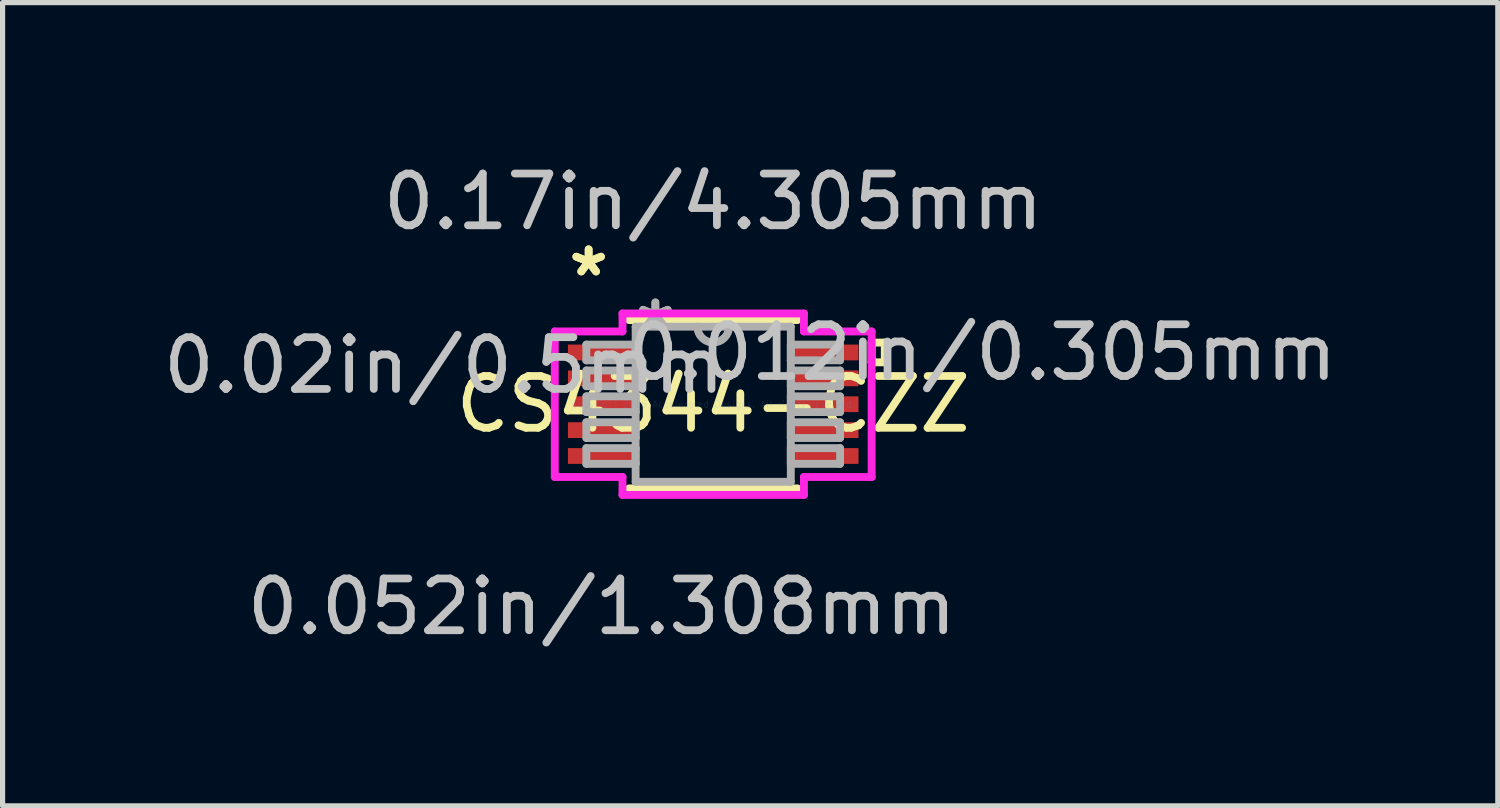
<source format=kicad_pcb>
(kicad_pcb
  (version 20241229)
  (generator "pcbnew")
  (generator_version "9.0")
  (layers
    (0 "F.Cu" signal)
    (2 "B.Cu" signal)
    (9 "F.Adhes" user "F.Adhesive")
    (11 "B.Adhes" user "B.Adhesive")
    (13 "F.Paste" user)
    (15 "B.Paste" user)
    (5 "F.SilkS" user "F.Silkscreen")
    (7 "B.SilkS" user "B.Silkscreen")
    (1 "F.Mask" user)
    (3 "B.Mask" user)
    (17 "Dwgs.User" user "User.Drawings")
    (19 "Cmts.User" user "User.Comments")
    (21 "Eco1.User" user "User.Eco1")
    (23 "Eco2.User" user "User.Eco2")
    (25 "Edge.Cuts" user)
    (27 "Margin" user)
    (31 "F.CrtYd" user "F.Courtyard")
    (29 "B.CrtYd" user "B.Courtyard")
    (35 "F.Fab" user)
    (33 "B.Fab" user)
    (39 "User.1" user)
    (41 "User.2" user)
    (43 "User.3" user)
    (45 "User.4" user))
  (footprint "CS4344-CZZ"
    (layer "F.Cu")
    (at 10.73 4.76)
    (property "Reference" "CS4344-CZZ" (at 0 0 0) (layer "F.SilkS") (effects (font (size 1 1) (thickness 0.15))))
    (attr through_hole)
    (fp_line (start -1.626 1.626) (end 1.626 1.626) (stroke (width 0.152) (type solid)) (layer "F.SilkS"))
    (fp_line (start 1.626 -1.626) (end -1.626 -1.626) (stroke (width 0.152) (type solid)) (layer "F.SilkS"))
    (fp_line (start 3.061 -1.191) (end 3.315 -1.191) (stroke (width 0.152) (type solid)) (layer "F.SilkS"))
    (fp_line (start 3.061 -0.81) (end 3.061 -1.191) (stroke (width 0.152) (type solid)) (layer "F.SilkS"))
    (fp_line (start 3.315 -1.191) (end 3.315 -0.81) (stroke (width 0.152) (type solid)) (layer "F.SilkS"))
    (fp_line (start 3.315 -0.81) (end 3.061 -0.81) (stroke (width 0.152) (type solid)) (layer "F.SilkS"))
    (fp_line (start -3.061 -1.406) (end -1.753 -1.406) (stroke (width 0.152) (type solid)) (layer "F.CrtYd"))
    (fp_line (start -3.061 1.406) (end -3.061 -1.406) (stroke (width 0.152) (type solid)) (layer "F.CrtYd"))
    (fp_line (start -1.753 -1.753) (end 1.753 -1.753) (stroke (width 0.152) (type solid)) (layer "F.CrtYd"))
    (fp_line (start -1.753 -1.406) (end -1.753 -1.753) (stroke (width 0.152) (type solid)) (layer "F.CrtYd"))
    (fp_line (start -1.753 1.406) (end -3.061 1.406) (stroke (width 0.152) (type solid)) (layer "F.CrtYd"))
    (fp_line (start -1.753 1.753) (end -1.753 1.406) (stroke (width 0.152) (type solid)) (layer "F.CrtYd"))
    (fp_line (start 1.753 -1.753) (end 1.753 -1.406) (stroke (width 0.152) (type solid)) (layer "F.CrtYd"))
    (fp_line (start 1.753 -1.406) (end 3.061 -1.406) (stroke (width 0.152) (type solid)) (layer "F.CrtYd"))
    (fp_line (start 1.753 1.406) (end 1.753 1.753) (stroke (width 0.152) (type solid)) (layer "F.CrtYd"))
    (fp_line (start 1.753 1.753) (end -1.753 1.753) (stroke (width 0.152) (type solid)) (layer "F.CrtYd"))
    (fp_line (start 3.061 -1.406) (end 3.061 1.406) (stroke (width 0.152) (type solid)) (layer "F.CrtYd"))
    (fp_line (start 3.061 1.406) (end 1.753 1.406) (stroke (width 0.152) (type solid)) (layer "F.CrtYd"))
    (fp_line (start -2.451 -1.152) (end -2.451 -0.848) (stroke (width 0.152) (type solid)) (layer "F.Fab"))
    (fp_line (start -2.451 -0.848) (end -1.499 -0.848) (stroke (width 0.152) (type solid)) (layer "F.Fab"))
    (fp_line (start -2.451 -0.652) (end -2.451 -0.348) (stroke (width 0.152) (type solid)) (layer "F.Fab"))
    (fp_line (start -2.451 -0.348) (end -1.499 -0.348) (stroke (width 0.152) (type solid)) (layer "F.Fab"))
    (fp_line (start -2.451 -0.152) (end -2.451 0.152) (stroke (width 0.152) (type solid)) (layer "F.Fab"))
    (fp_line (start -2.451 0.152) (end -1.499 0.152) (stroke (width 0.152) (type solid)) (layer "F.Fab"))
    (fp_line (start -2.451 0.348) (end -2.451 0.652) (stroke (width 0.152) (type solid)) (layer "F.Fab"))
    (fp_line (start -2.451 0.652) (end -1.499 0.652) (stroke (width 0.152) (type solid)) (layer "F.Fab"))
    (fp_line (start -2.451 0.848) (end -2.451 1.152) (stroke (width 0.152) (type solid)) (layer "F.Fab"))
    (fp_line (start -2.451 1.152) (end -1.499 1.152) (stroke (width 0.152) (type solid)) (layer "F.Fab"))
    (fp_line (start -1.499 -1.499) (end -1.499 1.499) (stroke (width 0.152) (type solid)) (layer "F.Fab"))
    (fp_line (start -1.499 -1.152) (end -2.451 -1.152) (stroke (width 0.152) (type solid)) (layer "F.Fab"))
    (fp_line (start -1.499 -0.848) (end -1.499 -1.152) (stroke (width 0.152) (type solid)) (layer "F.Fab"))
    (fp_line (start -1.499 -0.652) (end -2.451 -0.652) (stroke (width 0.152) (type solid)) (layer "F.Fab"))
    (fp_line (start -1.499 -0.348) (end -1.499 -0.652) (stroke (width 0.152) (type solid)) (layer "F.Fab"))
    (fp_line (start -1.499 -0.152) (end -2.451 -0.152) (stroke (width 0.152) (type solid)) (layer "F.Fab"))
    (fp_line (start -1.499 0.152) (end -1.499 -0.152) (stroke (width 0.152) (type solid)) (layer "F.Fab"))
    (fp_line (start -1.499 0.348) (end -2.451 0.348) (stroke (width 0.152) (type solid)) (layer "F.Fab"))
    (fp_line (start -1.499 0.652) (end -1.499 0.348) (stroke (width 0.152) (type solid)) (layer "F.Fab"))
    (fp_line (start -1.499 0.848) (end -2.451 0.848) (stroke (width 0.152) (type solid)) (layer "F.Fab"))
    (fp_line (start -1.499 1.152) (end -1.499 0.848) (stroke (width 0.152) (type solid)) (layer "F.Fab"))
    (fp_line (start -1.499 1.499) (end 1.499 1.499) (stroke (width 0.152) (type solid)) (layer "F.Fab"))
    (fp_line (start 1.499 -1.499) (end -1.499 -1.499) (stroke (width 0.152) (type solid)) (layer "F.Fab"))
    (fp_line (start 1.499 -1.152) (end 1.499 -0.848) (stroke (width 0.152) (type solid)) (layer "F.Fab"))
    (fp_line (start 1.499 -0.848) (end 2.451 -0.848) (stroke (width 0.152) (type solid)) (layer "F.Fab"))
    (fp_line (start 1.499 -0.652) (end 1.499 -0.348) (stroke (width 0.152) (type solid)) (layer "F.Fab"))
    (fp_line (start 1.499 -0.348) (end 2.451 -0.348) (stroke (width 0.152) (type solid)) (layer "F.Fab"))
    (fp_line (start 1.499 -0.152) (end 1.499 0.152) (stroke (width 0.152) (type solid)) (layer "F.Fab"))
    (fp_line (start 1.499 0.152) (end 2.451 0.152) (stroke (width 0.152) (type solid)) (layer "F.Fab"))
    (fp_line (start 1.499 0.348) (end 1.499 0.652) (stroke (width 0.152) (type solid)) (layer "F.Fab"))
    (fp_line (start 1.499 0.652) (end 2.451 0.652) (stroke (width 0.152) (type solid)) (layer "F.Fab"))
    (fp_line (start 1.499 0.848) (end 1.499 1.152) (stroke (width 0.152) (type solid)) (layer "F.Fab"))
    (fp_line (start 1.499 1.152) (end 2.451 1.152) (stroke (width 0.152) (type solid)) (layer "F.Fab"))
    (fp_line (start 1.499 1.499) (end 1.499 -1.499) (stroke (width 0.152) (type solid)) (layer "F.Fab"))
    (fp_line (start 2.451 -1.152) (end 1.499 -1.152) (stroke (width 0.152) (type solid)) (layer "F.Fab"))
    (fp_line (start 2.451 -0.848) (end 2.451 -1.152) (stroke (width 0.152) (type solid)) (layer "F.Fab"))
    (fp_line (start 2.451 -0.652) (end 1.499 -0.652) (stroke (width 0.152) (type solid)) (layer "F.Fab"))
    (fp_line (start 2.451 -0.348) (end 2.451 -0.652) (stroke (width 0.152) (type solid)) (layer "F.Fab"))
    (fp_line (start 2.451 -0.152) (end 1.499 -0.152) (stroke (width 0.152) (type solid)) (layer "F.Fab"))
    (fp_line (start 2.451 0.152) (end 2.451 -0.152) (stroke (width 0.152) (type solid)) (layer "F.Fab"))
    (fp_line (start 2.451 0.348) (end 1.499 0.348) (stroke (width 0.152) (type solid)) (layer "F.Fab"))
    (fp_line (start 2.451 0.652) (end 2.451 0.348) (stroke (width 0.152) (type solid)) (layer "F.Fab"))
    (fp_line (start 2.451 0.848) (end 1.499 0.848) (stroke (width 0.152) (type solid)) (layer "F.Fab"))
    (fp_line (start 2.451 1.152) (end 2.451 0.848) (stroke (width 0.152) (type solid)) (layer "F.Fab"))
    (fp_arc (start 0.3048 -1.4986) (mid 0 -1.1938) (end -0.3048 -1.4986) (stroke (width 0.1524) (type solid)) (layer "F.Fab"))
    (fp_text user "*" (at -2.407 -2.448 0) (layer "F.SilkS") (effects (font (size 1 1) (thickness 0.15))))
    (fp_text user "*" (at -2.407 -2.448 0) (layer "F.SilkS") (effects (font (size 1 1) (thickness 0.15))))
    (fp_text user "0.052in/1.308mm" (at -2.153 3.912 0) (layer "Dwgs.User") (effects (font (size 1 1) (thickness 0.15))))
    (fp_text user "0.012in/0.305mm" (at 5.201 -1 0) (layer "Dwgs.User") (effects (font (size 1 1) (thickness 0.15))))
    (fp_text user "0.02in/0.5mm" (at -5.201 -0.75 0) (layer "Dwgs.User") (effects (font (size 1 1) (thickness 0.15))))
    (fp_text user "0.17in/4.305mm" (at 0 -3.912 0) (layer "Dwgs.User") (effects (font (size 1 1) (thickness 0.15))))
    (fp_text user "Copyright 2016 Accelerated Designs. All rights reserved." (at 0 0 0) (layer "Cmts.User") (effects (font (size 0.127 0.127) (thickness 0.002))))
    (fp_text user "*" (at -1.118 -1.422 0) (layer "F.Fab") (effects (font (size 1 1) (thickness 0.15))))
    (fp_text user "*" (at -1.118 -1.422 0) (layer "F.Fab") (effects (font (size 1 1) (thickness 0.15))))
    (pad "1" smd rect (at -2.153 -1) (size 1.308 0.305) (layers "F.Cu" "F.Mask" "F.Paste"))
    (pad "2" smd rect (at -2.153 -0.5) (size 1.308 0.305) (layers "F.Cu" "F.Mask" "F.Paste"))
    (pad "3" smd rect (at -2.153 0) (size 1.308 0.305) (layers "F.Cu" "F.Mask" "F.Paste"))
    (pad "4" smd rect (at -2.153 0.5) (size 1.308 0.305) (layers "F.Cu" "F.Mask" "F.Paste"))
    (pad "5" smd rect (at -2.153 1) (size 1.308 0.305) (layers "F.Cu" "F.Mask" "F.Paste"))
    (pad "6" smd rect (at 2.153 1) (size 1.308 0.305) (layers "F.Cu" "F.Mask" "F.Paste"))
    (pad "7" smd rect (at 2.153 0.5) (size 1.308 0.305) (layers "F.Cu" "F.Mask" "F.Paste"))
    (pad "8" smd rect (at 2.153 0) (size 1.308 0.305) (layers "F.Cu" "F.Mask" "F.Paste"))
    (pad "9" smd rect (at 2.153 -0.5) (size 1.308 0.305) (layers "F.Cu" "F.Mask" "F.Paste"))
    (pad "10" smd rect (at 2.153 -1) (size 1.308 0.305) (layers "F.Cu" "F.Mask" "F.Paste")))
  (gr_rect
    (start -3 -3)
    (end 25.889 12.52)
    (stroke (width 0.1) (type default))
    (fill no)
    (layer "Edge.Cuts")))
</source>
